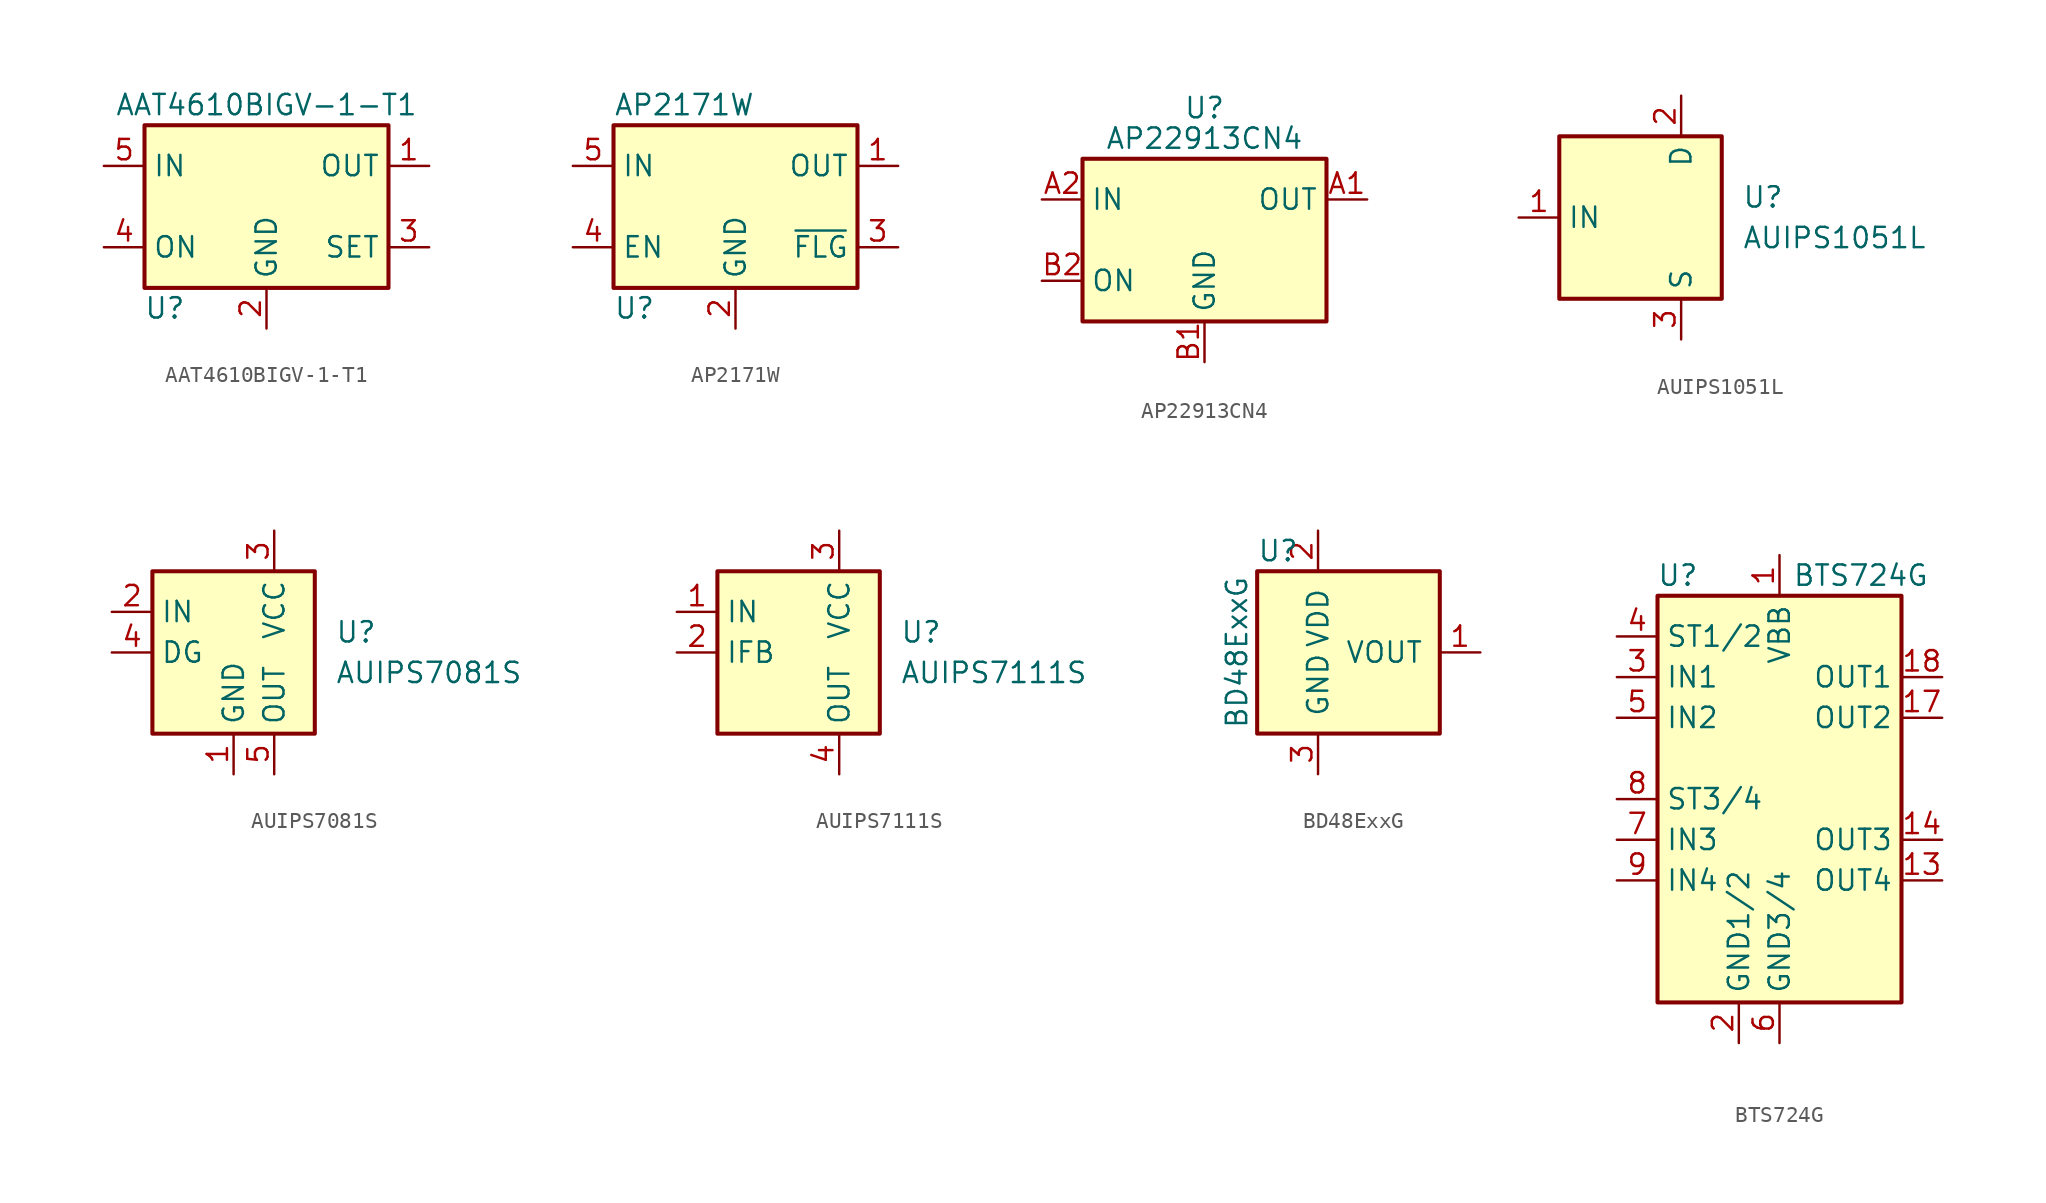
<source format=kicad_sym>
(kicad_symbol_lib
  (version 20211014)
  (generator kicad_symbol_editor)
  (symbol "AAT4610BIGV-1-T1"
    (property "Reference" "U"
      (at -6.35 -6.35 0)
      (effects (font (size 1.27 1.27))))
    (property "Value" "AAT4610BIGV-1-T1"
      (at 0 6.35 0)
      (effects (font (size 1.27 1.27))))
    (symbol "AAT4610BIGV-1-T1_0_1"
      (rectangle (start -7.62 5.08) (end 7.62 -5.08) (stroke (width 0.254) (type default) (color 0 0 0 0)) (fill (type background))))
    (symbol "AAT4610BIGV-1-T1_1_1"
      (pin power_out line (at 10.16 2.54 180) (length 2.54) (name "OUT" (effects (font (size 1.27 1.27)))) (number "1" (effects (font (size 1.27 1.27)))))
      (pin power_in line (at 0 -7.62 90) (length 2.54) (name "GND" (effects (font (size 1.27 1.27)))) (number "2" (effects (font (size 1.27 1.27)))))
      (pin passive line (at 10.16 -2.54 180) (length 2.54) (name "SET" (effects (font (size 1.27 1.27)))) (number "3" (effects (font (size 1.27 1.27)))))
      (pin input line (at -10.16 -2.54 0) (length 2.54) (name "ON" (effects (font (size 1.27 1.27)))) (number "4" (effects (font (size 1.27 1.27)))))
      (pin power_in line (at -10.16 2.54 0) (length 2.54) (name "IN" (effects (font (size 1.27 1.27)))) (number "5" (effects (font (size 1.27 1.27)))))))
  (symbol "AP2171W"
    (property "Reference" "U"
      (at -7.62 -6.35 0)
      (effects (font (size 1.27 1.27)) (justify left)))
    (property "Value" "AP2171W"
      (at -7.62 6.35 0)
      (effects (font (size 1.27 1.27)) (justify left)))
    (symbol "AP2171W_0_1"
      (rectangle (start -7.62 5.08) (end 7.62 -5.08) (stroke (width 0.254) (type default) (color 0 0 0 0)) (fill (type background))))
    (symbol "AP2171W_1_1"
      (pin power_out line (at 10.16 2.54 180) (length 2.54) (name "OUT" (effects (font (size 1.27 1.27)))) (number "1" (effects (font (size 1.27 1.27)))))
      (pin power_in line (at 0 -7.62 90) (length 2.54) (name "GND" (effects (font (size 1.27 1.27)))) (number "2" (effects (font (size 1.27 1.27)))))
      (pin open_collector line (at 10.16 -2.54 180) (length 2.54) (name "~{FLG}" (effects (font (size 1.27 1.27)))) (number "3" (effects (font (size 1.27 1.27)))))
      (pin input line (at -10.16 -2.54 0) (length 2.54) (name "EN" (effects (font (size 1.27 1.27)))) (number "4" (effects (font (size 1.27 1.27)))))
      (pin power_in line (at -10.16 2.54 0) (length 2.54) (name "IN" (effects (font (size 1.27 1.27)))) (number "5" (effects (font (size 1.27 1.27)))))))
  (symbol "AP22913CN4"
    (property "Reference" "U"
      (at 0 8.255 0)
      (effects (font (size 1.27 1.27))))
    (property "Value" "AP22913CN4"
      (at 0 6.35 0)
      (effects (font (size 1.27 1.27))))
    (symbol "AP22913CN4_0_1"
      (rectangle (start -7.62 5.08) (end 7.62 -5.08) (stroke (width 0.254) (type default) (color 0 0 0 0)) (fill (type background))))
    (symbol "AP22913CN4_1_1"
      (pin power_out line (at 10.16 2.54 180) (length 2.54) (name "OUT" (effects (font (size 1.27 1.27)))) (number "A1" (effects (font (size 1.27 1.27)))))
      (pin power_in line (at -10.16 2.54 0) (length 2.54) (name "IN" (effects (font (size 1.27 1.27)))) (number "A2" (effects (font (size 1.27 1.27)))))
      (pin power_in line (at 0 -7.62 90) (length 2.54) (name "GND" (effects (font (size 1.27 1.27)))) (number "B1" (effects (font (size 1.27 1.27)))))
      (pin input line (at -10.16 -2.54 0) (length 2.54) (name "ON" (effects (font (size 1.27 1.27)))) (number "B2" (effects (font (size 1.27 1.27)))))))
  (symbol "AUIPS1051L"
    (property "Reference" "U"
      (at 3.81 1.27 0)
      (effects (font (size 1.27 1.27)) (justify left)))
    (property "Value" "AUIPS1051L"
      (at 3.81 -1.27 0)
      (effects (font (size 1.27 1.27)) (justify left)))
    (symbol "AUIPS1051L_0_1"
      (rectangle (start -7.62 5.08) (end 2.54 -5.08) (stroke (width 0.254) (type default) (color 0 0 0 0)) (fill (type background))))
    (symbol "AUIPS1051L_1_1"
      (pin input line (at -10.16 0 0) (length 2.54) (name "IN" (effects (font (size 1.27 1.27)))) (number "1" (effects (font (size 1.27 1.27)))))
      (pin passive line (at 0 7.62 270) (length 2.54) (name "D" (effects (font (size 1.27 1.27)))) (number "2" (effects (font (size 1.27 1.27)))))
      (pin power_in line (at 0 -7.62 90) (length 2.54) (name "S" (effects (font (size 1.27 1.27)))) (number "3" (effects (font (size 1.27 1.27)))))))
  (symbol "AUIPS7081S"
    (property "Reference" "U"
      (at 3.81 1.27 0)
      (effects (font (size 1.27 1.27)) (justify left)))
    (property "Value" "AUIPS7081S"
      (at 3.81 -1.27 0)
      (effects (font (size 1.27 1.27)) (justify left)))
    (symbol "AUIPS7081S_0_1"
      (rectangle (start -7.62 5.08) (end 2.54 -5.08) (stroke (width 0.254) (type default) (color 0 0 0 0)) (fill (type background))))
    (symbol "AUIPS7081S_1_1"
      (pin power_in line (at -2.54 -7.62 90) (length 2.54) (name "GND" (effects (font (size 1.27 1.27)))) (number "1" (effects (font (size 1.27 1.27)))))
      (pin input line (at -10.16 2.54 0) (length 2.54) (name "IN" (effects (font (size 1.27 1.27)))) (number "2" (effects (font (size 1.27 1.27)))))
      (pin power_in line (at 0 7.62 270) (length 2.54) (name "VCC" (effects (font (size 1.27 1.27)))) (number "3" (effects (font (size 1.27 1.27)))))
      (pin open_collector line (at -10.16 0 0) (length 2.54) (name "DG" (effects (font (size 1.27 1.27)))) (number "4" (effects (font (size 1.27 1.27)))))
      (pin power_out line (at 0 -7.62 90) (length 2.54) (name "OUT" (effects (font (size 1.27 1.27)))) (number "5" (effects (font (size 1.27 1.27)))))))
  (symbol "AUIPS7111S"
    (property "Reference" "U"
      (at 3.81 1.27 0)
      (effects (font (size 1.27 1.27)) (justify left)))
    (property "Value" "AUIPS7111S"
      (at 3.81 -1.27 0)
      (effects (font (size 1.27 1.27)) (justify left)))
    (symbol "AUIPS7111S_0_1"
      (rectangle (start -7.62 5.08) (end 2.54 -5.08) (stroke (width 0.254) (type default) (color 0 0 0 0)) (fill (type background))))
    (symbol "AUIPS7111S_1_1"
      (pin input line (at -10.16 2.54 0) (length 2.54) (name "IN" (effects (font (size 1.27 1.27)))) (number "1" (effects (font (size 1.27 1.27)))))
      (pin output line (at -10.16 0 0) (length 2.54) (name "IFB" (effects (font (size 1.27 1.27)))) (number "2" (effects (font (size 1.27 1.27)))))
      (pin power_in line (at 0 7.62 270) (length 2.54) (name "VCC" (effects (font (size 1.27 1.27)))) (number "3" (effects (font (size 1.27 1.27)))))
      (pin power_out line (at 0 -7.62 90) (length 2.54) (name "OUT" (effects (font (size 1.27 1.27)))) (number "4" (effects (font (size 1.27 1.27)))))
      (pin passive line (at 0 -7.62 90) (length 2.54) hide (name "OUT" (effects (font (size 1.27 1.27)))) (number "5" (effects (font (size 1.27 1.27)))))))
  (symbol "BD48ExxG"
    (pin_names
      (offset 1.016))
    (property "Reference" "U"
      (at -3.81 6.35 0)
      (effects (font (size 1.27 1.27)) (justify left)))
    (property "Value" "BD48ExxG"
      (at -5.08 0 90)
      (effects (font (size 1.27 1.27))))
    (symbol "BD48ExxG_1_1"
      (rectangle (start -3.81 5.08) (end 7.62 -5.08) (stroke (width 0.254) (type default) (color 0 0 0 0)) (fill (type background)))
      (pin output line (at 10.16 0 180) (length 2.54) (name "VOUT" (effects (font (size 1.27 1.27)))) (number "1" (effects (font (size 1.27 1.27)))))
      (pin power_in line (at 0 7.62 270) (length 2.54) (name "VDD" (effects (font (size 1.27 1.27)))) (number "2" (effects (font (size 1.27 1.27)))))
      (pin power_in line (at 0 -7.62 90) (length 2.54) (name "GND" (effects (font (size 1.27 1.27)))) (number "3" (effects (font (size 1.27 1.27)))))))
  (symbol "BTS724G"
    (property "Reference" "U"
      (at -6.35 13.97 0)
      (effects (font (size 1.27 1.27))))
    (property "Value" "BTS724G"
      (at 5.08 13.97 0)
      (effects (font (size 1.27 1.27))))
    (symbol "BTS724G_0_1"
      (rectangle (start -7.62 12.7) (end 7.62 -12.7) (stroke (width 0.254) (type default) (color 0 0 0 0)) (fill (type background))))
    (symbol "BTS724G_1_1"
      (pin power_in line (at 0 15.24 270) (length 2.54) (name "VBB" (effects (font (size 1.27 1.27)))) (number "1" (effects (font (size 1.27 1.27)))))
      (pin passive line (at 0 15.24 270) (length 2.54) hide (name "VBB" (effects (font (size 1.27 1.27)))) (number "10" (effects (font (size 1.27 1.27)))))
      (pin passive line (at 0 15.24 270) (length 2.54) hide (name "VBB" (effects (font (size 1.27 1.27)))) (number "11" (effects (font (size 1.27 1.27)))))
      (pin passive line (at 0 15.24 270) (length 2.54) hide (name "VBB" (effects (font (size 1.27 1.27)))) (number "12" (effects (font (size 1.27 1.27)))))
      (pin open_emitter line (at 10.16 -5.08 180) (length 2.54) (name "OUT4" (effects (font (size 1.27 1.27)))) (number "13" (effects (font (size 1.27 1.27)))))
      (pin open_emitter line (at 10.16 -2.54 180) (length 2.54) (name "OUT3" (effects (font (size 1.27 1.27)))) (number "14" (effects (font (size 1.27 1.27)))))
      (pin passive line (at 0 15.24 270) (length 2.54) hide (name "VBB" (effects (font (size 1.27 1.27)))) (number "15" (effects (font (size 1.27 1.27)))))
      (pin passive line (at 0 15.24 270) (length 2.54) hide (name "VBB" (effects (font (size 1.27 1.27)))) (number "16" (effects (font (size 1.27 1.27)))))
      (pin open_emitter line (at 10.16 5.08 180) (length 2.54) (name "OUT2" (effects (font (size 1.27 1.27)))) (number "17" (effects (font (size 1.27 1.27)))))
      (pin open_emitter line (at 10.16 7.62 180) (length 2.54) (name "OUT1" (effects (font (size 1.27 1.27)))) (number "18" (effects (font (size 1.27 1.27)))))
      (pin passive line (at 0 15.24 270) (length 2.54) hide (name "VBB" (effects (font (size 1.27 1.27)))) (number "19" (effects (font (size 1.27 1.27)))))
      (pin power_in line (at -2.54 -15.24 90) (length 2.54) (name "GND1/2" (effects (font (size 1.27 1.27)))) (number "2" (effects (font (size 1.27 1.27)))))
      (pin passive line (at 0 15.24 270) (length 2.54) hide (name "VBB" (effects (font (size 1.27 1.27)))) (number "20" (effects (font (size 1.27 1.27)))))
      (pin input line (at -10.16 7.62 0) (length 2.54) (name "IN1" (effects (font (size 1.27 1.27)))) (number "3" (effects (font (size 1.27 1.27)))))
      (pin open_collector line (at -10.16 10.16 0) (length 2.54) (name "ST1/2" (effects (font (size 1.27 1.27)))) (number "4" (effects (font (size 1.27 1.27)))))
      (pin input line (at -10.16 5.08 0) (length 2.54) (name "IN2" (effects (font (size 1.27 1.27)))) (number "5" (effects (font (size 1.27 1.27)))))
      (pin power_in line (at 0 -15.24 90) (length 2.54) (name "GND3/4" (effects (font (size 1.27 1.27)))) (number "6" (effects (font (size 1.27 1.27)))))
      (pin input line (at -10.16 -2.54 0) (length 2.54) (name "IN3" (effects (font (size 1.27 1.27)))) (number "7" (effects (font (size 1.27 1.27)))))
      (pin open_collector line (at -10.16 0 0) (length 2.54) (name "ST3/4" (effects (font (size 1.27 1.27)))) (number "8" (effects (font (size 1.27 1.27)))))
      (pin input line (at -10.16 -5.08 0) (length 2.54) (name "IN4" (effects (font (size 1.27 1.27)))) (number "9" (effects (font (size 1.27 1.27))))))))
</source>
